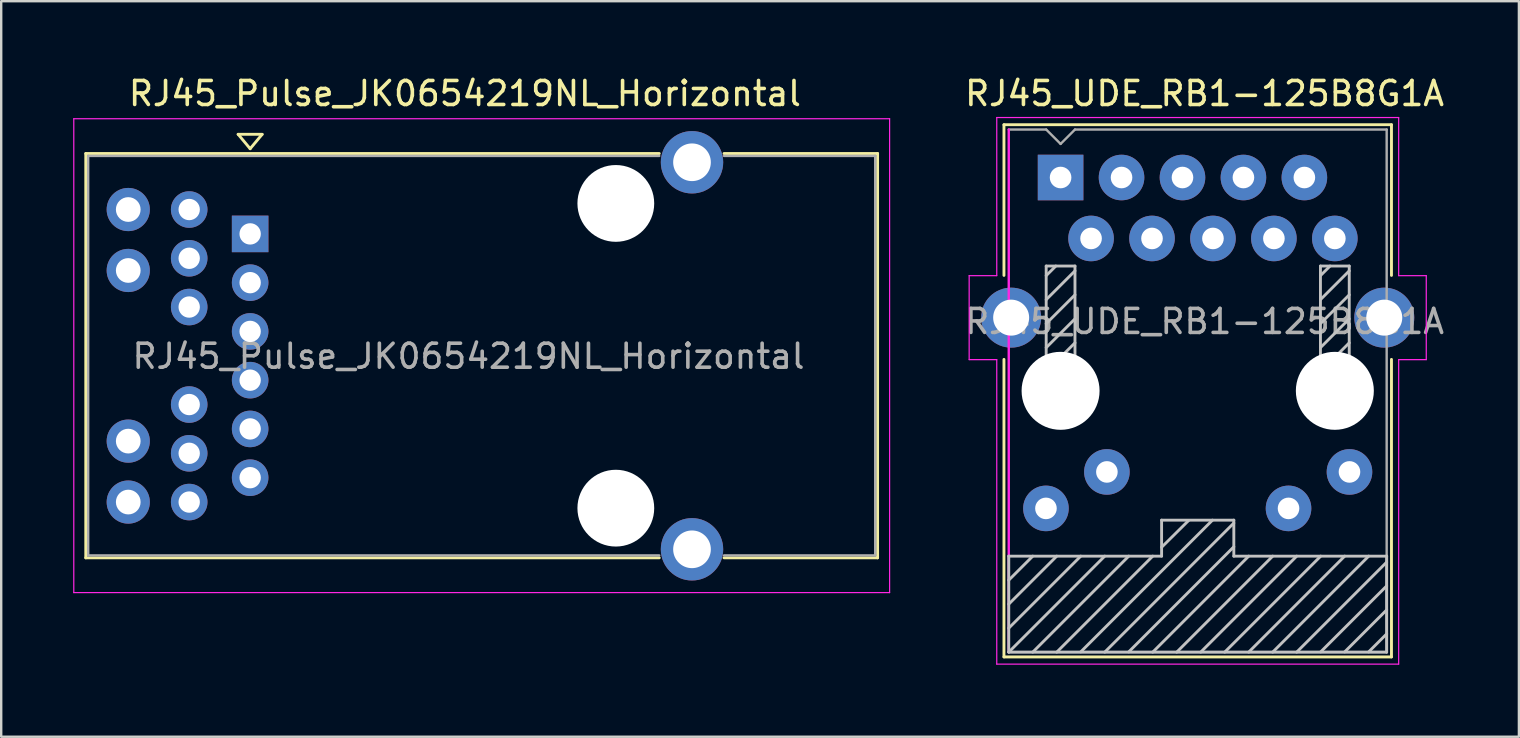
<source format=kicad_pcb>
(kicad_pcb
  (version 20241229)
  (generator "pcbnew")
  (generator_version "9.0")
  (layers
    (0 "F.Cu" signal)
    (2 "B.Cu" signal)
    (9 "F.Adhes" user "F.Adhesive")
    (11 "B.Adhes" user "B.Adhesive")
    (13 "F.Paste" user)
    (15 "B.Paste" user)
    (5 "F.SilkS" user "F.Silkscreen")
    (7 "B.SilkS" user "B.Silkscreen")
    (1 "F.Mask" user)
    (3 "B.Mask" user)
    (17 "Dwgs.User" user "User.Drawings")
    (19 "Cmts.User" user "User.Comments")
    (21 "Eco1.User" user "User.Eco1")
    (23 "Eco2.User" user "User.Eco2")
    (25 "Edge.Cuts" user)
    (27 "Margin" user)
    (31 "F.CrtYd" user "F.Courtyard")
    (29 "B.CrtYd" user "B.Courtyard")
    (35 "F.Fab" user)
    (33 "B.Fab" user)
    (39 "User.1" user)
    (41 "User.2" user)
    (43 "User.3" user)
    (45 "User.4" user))
  (footprint "RJ45_Pulse_JK0654219NL_Horizontal"
    (layer "F.Cu")
    (at 7.375 6.698)
    (property "Reference" "RJ45_Pulse_JK0654219NL_Horizontal" (at 8.95 -5.85 180) (layer "F.SilkS") (effects (font (size 1 1) (thickness 0.15))))
    (attr through_hole)
    (fp_line (start -6.85 -3.35) (end 17.05 -3.35) (stroke (width 0.12) (type solid)) (layer "F.SilkS"))
    (fp_line (start -6.85 13.5) (end -6.85 -3.35) (stroke (width 0.12) (type solid)) (layer "F.SilkS"))
    (fp_line (start -0.5 -4.15) (end 0 -3.55) (stroke (width 0.12) (type solid)) (layer "F.SilkS"))
    (fp_line (start -0.5 -4.15) (end 0.5 -4.15) (stroke (width 0.12) (type solid)) (layer "F.SilkS"))
    (fp_line (start 0.5 -4.15) (end 0 -3.55) (stroke (width 0.12) (type solid)) (layer "F.SilkS"))
    (fp_line (start 17.05 13.5) (end -6.85 13.5) (stroke (width 0.12) (type solid)) (layer "F.SilkS"))
    (fp_line (start 26.15 -3.35) (end 19.75 -3.35) (stroke (width 0.12) (type solid)) (layer "F.SilkS"))
    (fp_line (start 26.15 13.5) (end 19.75 13.5) (stroke (width 0.12) (type solid)) (layer "F.SilkS"))
    (fp_line (start 26.15 13.5) (end 26.15 -3.35) (stroke (width 0.12) (type solid)) (layer "F.SilkS"))
    (fp_line (start -7.35 -4.8) (end 26.65 -4.8) (stroke (width 0.05) (type solid)) (layer "F.CrtYd"))
    (fp_line (start -7.35 14.95) (end -7.35 -4.8) (stroke (width 0.05) (type solid)) (layer "F.CrtYd"))
    (fp_line (start -7.35 14.95) (end 26.65 14.95) (stroke (width 0.05) (type solid)) (layer "F.CrtYd"))
    (fp_line (start 26.65 14.95) (end 26.65 -4.8) (stroke (width 0.05) (type solid)) (layer "F.CrtYd"))
    (fp_line (start -6.75 -3.25) (end -6.75 13.4) (stroke (width 0.1) (type solid)) (layer "F.Fab"))
    (fp_line (start -6.75 -3.25) (end 17.05 -3.25) (stroke (width 0.1) (type solid)) (layer "F.Fab"))
    (fp_line (start -6.75 13.4) (end 17.05 13.4) (stroke (width 0.1) (type solid)) (layer "F.Fab"))
    (fp_line (start 19.75 13.4) (end 26.05 13.4) (stroke (width 0.1) (type solid)) (layer "F.Fab"))
    (fp_line (start 26.05 -3.25) (end 19.75 -3.25) (stroke (width 0.1) (type solid)) (layer "F.Fab"))
    (fp_line (start 26.05 13.4) (end 26.05 -3.25) (stroke (width 0.1) (type solid)) (layer "F.Fab"))
    (fp_text user "${REFERENCE}" (at 9.1 5.1 180) (layer "F.Fab") (effects (font (size 1 1) (thickness 0.15))))
    (pad "" np_thru_hole circle (at 15.24 -1.27 180) (size 3.2 3.2) (drill 3.2) (layers "*.Cu" "*.Mask"))
    (pad "" np_thru_hole circle (at 15.24 11.43 180) (size 3.2 3.2) (drill 3.2) (layers "*.Cu" "*.Mask"))
    (pad "1" thru_hole rect (at 0 0 180) (size 1.524 1.524) (drill 0.89) (layers "*.Cu" "*.Mask"))
    (pad "2" thru_hole circle (at 0 2.032 180) (size 1.524 1.524) (drill 0.89) (layers "*.Cu" "*.Mask"))
    (pad "3" thru_hole circle (at 0 4.064 180) (size 1.524 1.524) (drill 0.89) (layers "*.Cu" "*.Mask"))
    (pad "4" thru_hole circle (at 0 6.096 180) (size 1.524 1.524) (drill 0.89) (layers "*.Cu" "*.Mask"))
    (pad "5" thru_hole circle (at 0 8.128 180) (size 1.524 1.524) (drill 0.89) (layers "*.Cu" "*.Mask"))
    (pad "6" thru_hole circle (at 0 10.16 180) (size 1.524 1.524) (drill 0.89) (layers "*.Cu" "*.Mask"))
    (pad "7" thru_hole circle (at -2.54 -1.016 180) (size 1.524 1.524) (drill 0.89) (layers "*.Cu" "*.Mask"))
    (pad "8" thru_hole circle (at -2.54 1.016 180) (size 1.524 1.524) (drill 0.89) (layers "*.Cu" "*.Mask"))
    (pad "9" thru_hole circle (at -2.54 3.048 180) (size 1.524 1.524) (drill 0.89) (layers "*.Cu" "*.Mask"))
    (pad "10" thru_hole circle (at -2.54 7.112 180) (size 1.524 1.524) (drill 0.89) (layers "*.Cu" "*.Mask"))
    (pad "11" thru_hole circle (at -2.54 9.144 180) (size 1.524 1.524) (drill 0.89) (layers "*.Cu" "*.Mask"))
    (pad "12" thru_hole circle (at -2.54 11.176 180) (size 1.524 1.524) (drill 0.89) (layers "*.Cu" "*.Mask"))
    (pad "13" thru_hole circle (at -5.08 -1.016 180) (size 1.8 1.8) (drill 1.03) (layers "*.Cu" "*.Mask"))
    (pad "14" thru_hole circle (at -5.08 1.524 180) (size 1.8 1.8) (drill 1.03) (layers "*.Cu" "*.Mask"))
    (pad "15" thru_hole circle (at -5.08 8.636 180) (size 1.8 1.8) (drill 1.03) (layers "*.Cu" "*.Mask"))
    (pad "16" thru_hole circle (at -5.08 11.176 180) (size 1.8 1.8) (drill 1.03) (layers "*.Cu" "*.Mask"))
    (pad "SH" thru_hole circle (at 18.415 -2.985 180) (size 2.6 2.6) (drill 1.57) (layers "*.Cu" "*.Mask"))
    (pad "SH" thru_hole circle (at 18.415 13.145 180) (size 2.6 2.6) (drill 1.57) (layers "*.Cu" "*.Mask")))
  (footprint "RJ45_UDE_RB1-125B8G1A"
    (layer "F.Cu")
    (at 41.151 4.348)
    (property "Reference" "RJ45_UDE_RB1-125B8G1A" (at 6 -3.5 0) (layer "F.SilkS") (effects (font (size 1 1) (thickness 0.15))))
    (attr through_hole)
    (fp_line (start -2.36 -2.2) (end 13.79 -2.2) (stroke (width 0.12) (type solid)) (layer "F.SilkS"))
    (fp_line (start -2.36 4.08) (end -2.36 -2.2) (stroke (width 0.12) (type solid)) (layer "F.SilkS"))
    (fp_line (start -2.36 19.98) (end -2.36 7.58) (stroke (width 0.12) (type solid)) (layer "F.SilkS"))
    (fp_line (start 13.79 4.08) (end 13.79 -2.2) (stroke (width 0.12) (type solid)) (layer "F.SilkS"))
    (fp_line (start 13.79 19.98) (end -2.36 19.98) (stroke (width 0.12) (type solid)) (layer "F.SilkS"))
    (fp_line (start 13.79 19.98) (end 13.79 7.58) (stroke (width 0.12) (type solid)) (layer "F.SilkS"))
    (fp_line (start -2.16 15.78) (end 4.21 15.78) (stroke (width 0.12) (type solid)) (layer "Dwgs.User"))
    (fp_line (start -2.16 16.78) (end -1.16 15.78) (stroke (width 0.12) (type solid)) (layer "Dwgs.User"))
    (fp_line (start -2.16 17.78) (end -0.16 15.78) (stroke (width 0.12) (type solid)) (layer "Dwgs.User"))
    (fp_line (start -2.16 18.78) (end 0.84 15.78) (stroke (width 0.12) (type solid)) (layer "Dwgs.User"))
    (fp_line (start -2.16 19.78) (end -2.16 15.78) (stroke (width 0.12) (type solid)) (layer "Dwgs.User"))
    (fp_line (start -2.16 19.78) (end 1.84 15.78) (stroke (width 0.12) (type solid)) (layer "Dwgs.User"))
    (fp_line (start -1.16 19.78) (end 2.84 15.78) (stroke (width 0.12) (type solid)) (layer "Dwgs.User"))
    (fp_line (start -0.6 3.69) (end -0.6 9.09) (stroke (width 0.12) (type solid)) (layer "Dwgs.User"))
    (fp_line (start -0.6 4.09) (end -0.2 3.69) (stroke (width 0.12) (type solid)) (layer "Dwgs.User"))
    (fp_line (start -0.6 5.09) (end 0.6 3.89) (stroke (width 0.12) (type solid)) (layer "Dwgs.User"))
    (fp_line (start -0.6 6.09) (end 0.6 4.89) (stroke (width 0.12) (type solid)) (layer "Dwgs.User"))
    (fp_line (start -0.6 7.09) (end 0.6 5.89) (stroke (width 0.12) (type solid)) (layer "Dwgs.User"))
    (fp_line (start -0.6 8.09) (end 0.6 6.89) (stroke (width 0.12) (type solid)) (layer "Dwgs.User"))
    (fp_line (start -0.6 9.09) (end 0.6 7.89) (stroke (width 0.12) (type solid)) (layer "Dwgs.User"))
    (fp_line (start -0.6 9.09) (end 0.6 9.09) (stroke (width 0.12) (type solid)) (layer "Dwgs.User"))
    (fp_line (start -0.16 19.78) (end 3.84 15.78) (stroke (width 0.12) (type solid)) (layer "Dwgs.User"))
    (fp_line (start 0.6 3.69) (end -0.6 3.69) (stroke (width 0.12) (type solid)) (layer "Dwgs.User"))
    (fp_line (start 0.6 9.09) (end 0.6 3.69) (stroke (width 0.12) (type solid)) (layer "Dwgs.User"))
    (fp_line (start 0.84 19.77) (end 6.33 14.28) (stroke (width 0.12) (type solid)) (layer "Dwgs.User"))
    (fp_line (start 1.84 19.78) (end 7.22 14.4) (stroke (width 0.12) (type solid)) (layer "Dwgs.User"))
    (fp_line (start 2.84 19.77) (end 7.22 15.39) (stroke (width 0.12) (type solid)) (layer "Dwgs.User"))
    (fp_line (start 3.84 19.78) (end 7.84 15.78) (stroke (width 0.12) (type solid)) (layer "Dwgs.User"))
    (fp_line (start 4.21 14.28) (end 7.22 14.28) (stroke (width 0.12) (type solid)) (layer "Dwgs.User"))
    (fp_line (start 4.21 15.41) (end 5.34 14.29) (stroke (width 0.12) (type solid)) (layer "Dwgs.User"))
    (fp_line (start 4.21 15.78) (end 4.21 14.28) (stroke (width 0.12) (type solid)) (layer "Dwgs.User"))
    (fp_line (start 4.84 19.78) (end 8.84 15.78) (stroke (width 0.12) (type solid)) (layer "Dwgs.User"))
    (fp_line (start 5.84 19.78) (end 9.84 15.78) (stroke (width 0.12) (type solid)) (layer "Dwgs.User"))
    (fp_line (start 6.84 19.78) (end 10.84 15.78) (stroke (width 0.12) (type solid)) (layer "Dwgs.User"))
    (fp_line (start 7.22 14.28) (end 7.22 15.78) (stroke (width 0.12) (type solid)) (layer "Dwgs.User"))
    (fp_line (start 7.22 15.78) (end 13.59 15.78) (stroke (width 0.12) (type solid)) (layer "Dwgs.User"))
    (fp_line (start 7.84 19.78) (end 11.84 15.78) (stroke (width 0.12) (type solid)) (layer "Dwgs.User"))
    (fp_line (start 8.84 19.78) (end 12.84 15.78) (stroke (width 0.12) (type solid)) (layer "Dwgs.User"))
    (fp_line (start 9.84 19.78) (end 13.59 16.03) (stroke (width 0.12) (type solid)) (layer "Dwgs.User"))
    (fp_line (start 10.83 3.69) (end 10.83 9.09) (stroke (width 0.12) (type solid)) (layer "Dwgs.User"))
    (fp_line (start 10.83 4.09) (end 11.23 3.69) (stroke (width 0.12) (type solid)) (layer "Dwgs.User"))
    (fp_line (start 10.83 5.09) (end 12.03 3.89) (stroke (width 0.12) (type solid)) (layer "Dwgs.User"))
    (fp_line (start 10.83 6.09) (end 12.03 4.89) (stroke (width 0.12) (type solid)) (layer "Dwgs.User"))
    (fp_line (start 10.83 7.09) (end 12.03 5.89) (stroke (width 0.12) (type solid)) (layer "Dwgs.User"))
    (fp_line (start 10.83 8.09) (end 12.03 6.89) (stroke (width 0.12) (type solid)) (layer "Dwgs.User"))
    (fp_line (start 10.83 9.09) (end 12.03 7.89) (stroke (width 0.12) (type solid)) (layer "Dwgs.User"))
    (fp_line (start 10.83 9.09) (end 12.03 9.09) (stroke (width 0.12) (type solid)) (layer "Dwgs.User"))
    (fp_line (start 10.84 19.77) (end 13.59 17.02) (stroke (width 0.12) (type solid)) (layer "Dwgs.User"))
    (fp_line (start 11.84 19.77) (end 13.59 18.02) (stroke (width 0.12) (type solid)) (layer "Dwgs.User"))
    (fp_line (start 12.03 3.69) (end 10.83 3.69) (stroke (width 0.12) (type solid)) (layer "Dwgs.User"))
    (fp_line (start 12.03 9.09) (end 12.03 3.69) (stroke (width 0.12) (type solid)) (layer "Dwgs.User"))
    (fp_line (start 12.84 19.77) (end 13.59 19.02) (stroke (width 0.12) (type solid)) (layer "Dwgs.User"))
    (fp_line (start 13.59 15.78) (end 13.59 19.78) (stroke (width 0.12) (type solid)) (layer "Dwgs.User"))
    (fp_line (start 13.59 19.78) (end -2.16 19.78) (stroke (width 0.12) (type solid)) (layer "Dwgs.User"))
    (fp_line (start -3.81 4.09) (end -3.81 7.59) (stroke (width 0.05) (type solid)) (layer "F.CrtYd"))
    (fp_line (start -3.81 7.59) (end -2.66 7.59) (stroke (width 0.05) (type solid)) (layer "F.CrtYd"))
    (fp_line (start -2.66 -2.5) (end 14.09 -2.5) (stroke (width 0.05) (type solid)) (layer "F.CrtYd"))
    (fp_line (start -2.66 4.09) (end -3.81 4.09) (stroke (width 0.05) (type solid)) (layer "F.CrtYd"))
    (fp_line (start -2.66 4.09) (end -2.66 -2.5) (stroke (width 0.05) (type solid)) (layer "F.CrtYd"))
    (fp_line (start -2.66 7.59) (end -2.66 20.28) (stroke (width 0.05) (type solid)) (layer "F.CrtYd"))
    (fp_line (start -2.16 19.78) (end -2.16 -2) (stroke (width 0.1) (type solid)) (layer "F.CrtYd"))
    (fp_line (start 14.09 -2.5) (end 14.09 4.09) (stroke (width 0.05) (type solid)) (layer "F.CrtYd"))
    (fp_line (start 14.09 4.09) (end 15.24 4.09) (stroke (width 0.05) (type solid)) (layer "F.CrtYd"))
    (fp_line (start 14.09 7.59) (end 14.09 20.28) (stroke (width 0.05) (type solid)) (layer "F.CrtYd"))
    (fp_line (start 14.09 20.28) (end -2.66 20.28) (stroke (width 0.05) (type solid)) (layer "F.CrtYd"))
    (fp_line (start 15.24 4.09) (end 15.24 7.59) (stroke (width 0.05) (type solid)) (layer "F.CrtYd"))
    (fp_line (start 15.24 7.59) (end 14.09 7.59) (stroke (width 0.05) (type solid)) (layer "F.CrtYd"))
    (fp_line (start -0.6 -2) (end -2.16 -2) (stroke (width 0.1) (type solid)) (layer "F.Fab"))
    (fp_line (start 0 -1.4) (end -0.6 -2) (stroke (width 0.1) (type solid)) (layer "F.Fab"))
    (fp_line (start 0 -1.4) (end 0.6 -2) (stroke (width 0.1) (type solid)) (layer "F.Fab"))
    (fp_line (start 0.6 -2) (end 13.59 -2) (stroke (width 0.1) (type solid)) (layer "F.Fab"))
    (fp_line (start 13.59 -2) (end 13.59 19.78) (stroke (width 0.1) (type solid)) (layer "F.Fab"))
    (fp_line (start 13.59 19.78) (end -2.16 19.78) (stroke (width 0.1) (type solid)) (layer "F.Fab"))
    (fp_text user "${REFERENCE}" (at 6 6 0) (layer "F.Fab") (effects (font (size 1 1) (thickness 0.15))))
    (pad "" np_thru_hole circle (at 0 8.89) (size 3.25 3.25) (drill 3.25) (layers "*.Cu" "*.Mask"))
    (pad "" np_thru_hole circle (at 11.43 8.89) (size 3.25 3.25) (drill 3.25) (layers "*.Cu" "*.Mask"))
    (pad "L1" thru_hole circle (at 12.04 12.27) (size 1.9 1.9) (drill 0.9) (layers "*.Cu" "*.Mask"))
    (pad "L2" thru_hole circle (at 9.5 13.79) (size 1.9 1.9) (drill 0.9) (layers "*.Cu" "*.Mask"))
    (pad "L3" thru_hole circle (at 1.93 12.27) (size 1.9 1.9) (drill 0.9) (layers "*.Cu" "*.Mask"))
    (pad "L4" thru_hole circle (at -0.61 13.79) (size 1.9 1.9) (drill 0.9) (layers "*.Cu" "*.Mask"))
    (pad "R1" thru_hole rect (at 0 0) (size 1.9 1.9) (drill 0.9) (layers "*.Cu" "*.Mask"))
    (pad "R2" thru_hole circle (at 1.27 2.54) (size 1.9 1.9) (drill 0.9) (layers "*.Cu" "*.Mask"))
    (pad "R3" thru_hole circle (at 2.54 0) (size 1.9 1.9) (drill 0.9) (layers "*.Cu" "*.Mask"))
    (pad "R4" thru_hole circle (at 3.81 2.54) (size 1.9 1.9) (drill 0.9) (layers "*.Cu" "*.Mask"))
    (pad "R5" thru_hole circle (at 5.08 0) (size 1.9 1.9) (drill 0.9) (layers "*.Cu" "*.Mask"))
    (pad "R6" thru_hole circle (at 6.35 2.54) (size 1.9 1.9) (drill 0.9) (layers "*.Cu" "*.Mask"))
    (pad "R7" thru_hole circle (at 7.62 0) (size 1.9 1.9) (drill 0.9) (layers "*.Cu" "*.Mask"))
    (pad "R8" thru_hole circle (at 8.89 2.54) (size 1.9 1.9) (drill 0.9) (layers "*.Cu" "*.Mask"))
    (pad "R9" thru_hole circle (at 10.16 0) (size 1.9 1.9) (drill 0.9) (layers "*.Cu" "*.Mask"))
    (pad "R10" thru_hole circle (at 11.43 2.54) (size 1.9 1.9) (drill 0.9) (layers "*.Cu" "*.Mask"))
    (pad "SH" thru_hole circle (at -2.06 5.84) (size 2.5 2.5) (drill 1.5) (layers "*.Cu" "*.Mask"))
    (pad "SH" thru_hole circle (at 13.49 5.84) (size 2.5 2.5) (drill 1.5) (layers "*.Cu" "*.Mask")))
  (gr_rect
    (start -3 -3)
    (end 60.252 27.653)
    (stroke (width 0.1) (type default))
    (fill no)
    (layer "Edge.Cuts")))
</source>
